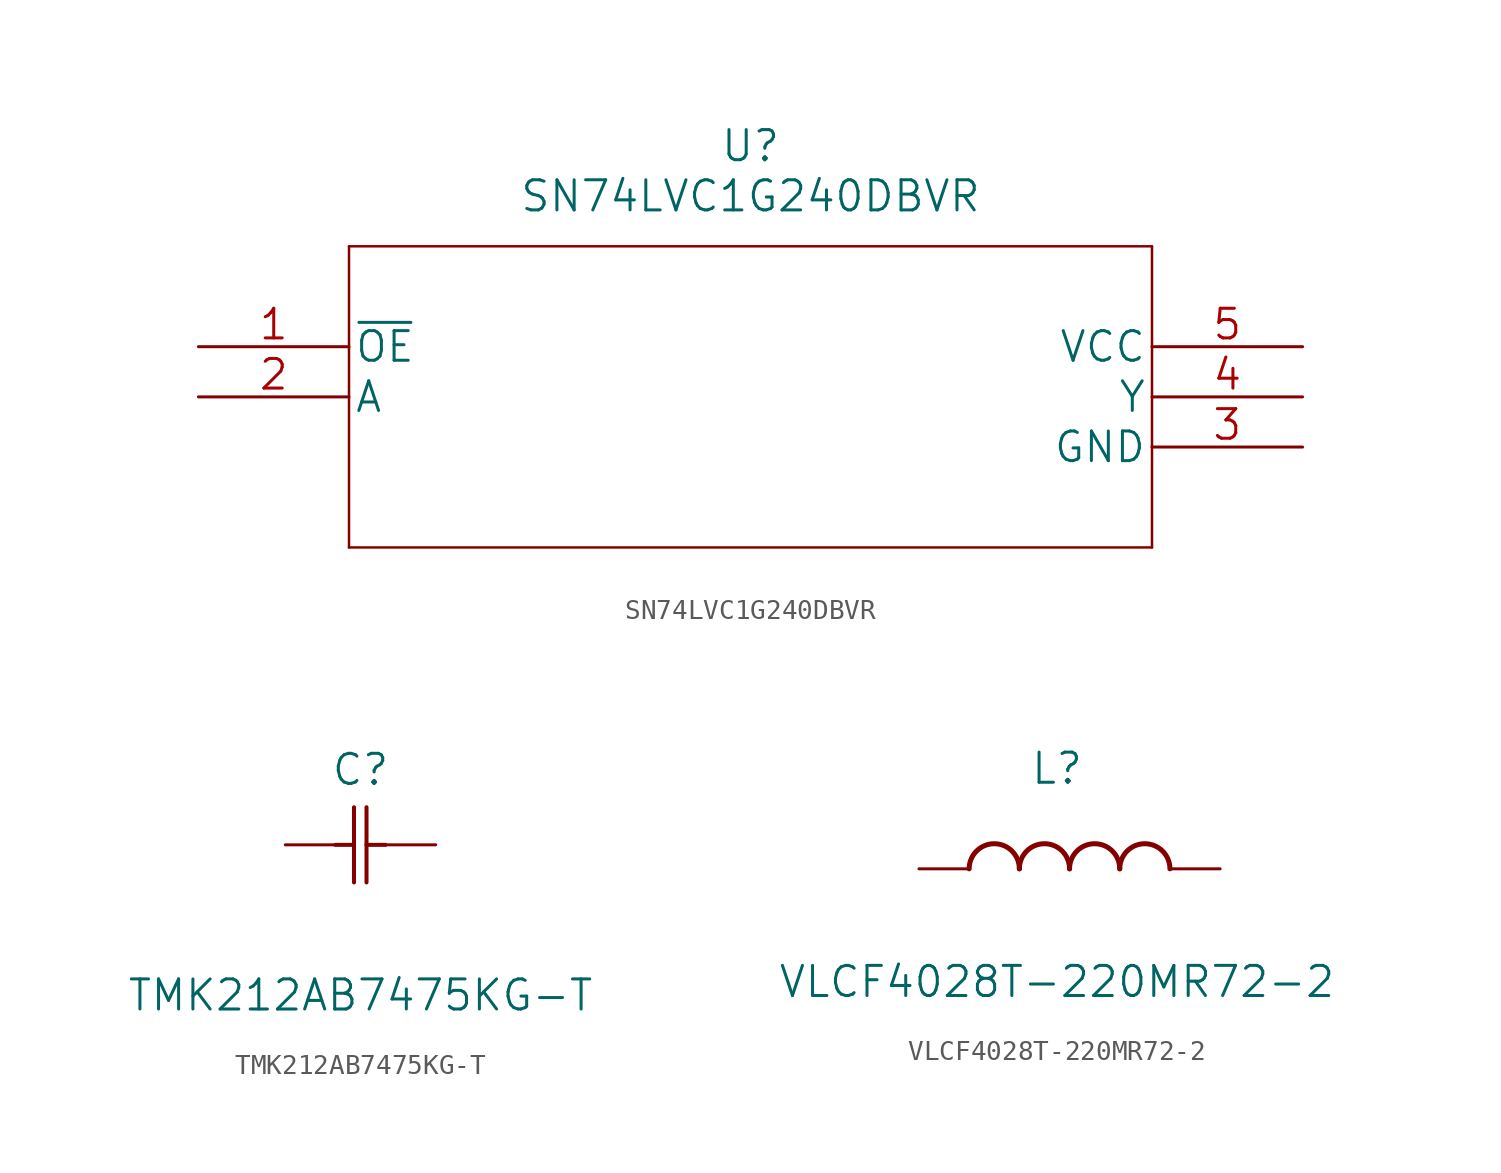
<source format=kicad_sym>
(kicad_symbol_lib
  (version 20220914)
  (generator kicad_symbol_editor)
  (symbol "SN74LVC1G240DBVR"
    (pin_names
      (offset 0.254))
    (property "Reference" "U"
      (at 27.94 10.16 0)
      (effects (font (size 1.524 1.524))))
    (property "Value" "SN74LVC1G240DBVR"
      (at 27.94 7.62 0)
      (effects (font (size 1.524 1.524))))
    (property "Datasheet" ""
      (at 0 0 0)
      (effects (font (size 1.524 1.524))))
    (symbol "SN74LVC1G240DBVR_1_1"
      (polyline (pts (xy 7.62 -10.16) (xy 48.26 -10.16)) (stroke (width 0.127) (type default)) (fill (type none)))
      (polyline (pts (xy 7.62 5.08) (xy 7.62 -10.16)) (stroke (width 0.127) (type default)) (fill (type none)))
      (polyline (pts (xy 48.26 -10.16) (xy 48.26 5.08)) (stroke (width 0.127) (type default)) (fill (type none)))
      (polyline (pts (xy 48.26 5.08) (xy 7.62 5.08)) (stroke (width 0.127) (type default)) (fill (type none)))
      (pin input line (at 0 0 0) (length 7.62) (name "~{OE}" (effects (font (size 1.499 1.499)))) (number "1" (effects (font (size 1.499 1.499)))))
      (pin input line (at 0 -2.54 0) (length 7.62) (name "A" (effects (font (size 1.499 1.499)))) (number "2" (effects (font (size 1.499 1.499)))))
      (pin power_in line (at 55.88 -5.08 180) (length 7.62) (name "GND" (effects (font (size 1.499 1.499)))) (number "3" (effects (font (size 1.499 1.499)))))
      (pin output line (at 55.88 -2.54 180) (length 7.62) (name "Y" (effects (font (size 1.499 1.499)))) (number "4" (effects (font (size 1.499 1.499)))))
      (pin power_in line (at 55.88 0 180) (length 7.62) (name "VCC" (effects (font (size 1.499 1.499)))) (number "5" (effects (font (size 1.499 1.499)))))))
  (symbol "TMK212AB7475KG-T"
    (pin_numbers hide)
    (pin_names
      (offset 1.651) hide)
    (property "Reference" "C"
      (at 3.81 3.81 0)
      (effects (font (size 1.524 1.524))))
    (property "Value" "TMK212AB7475KG-T"
      (at 3.81 -7.62 0)
      (effects (font (size 1.524 1.524))))
    (property "Datasheet" ""
      (at 0 0 0)
      (effects (font (size 1.524 1.524))))
    (symbol "TMK212AB7475KG-T_1_1"
      (polyline (pts (xy 2.54 0) (xy 3.48 0)) (stroke (width 0.203) (type default)) (fill (type none)))
      (polyline (pts (xy 3.48 -1.905) (xy 3.48 1.905)) (stroke (width 0.203) (type default)) (fill (type none)))
      (polyline (pts (xy 4.115 -1.905) (xy 4.115 1.905)) (stroke (width 0.203) (type default)) (fill (type none)))
      (polyline (pts (xy 4.115 0) (xy 5.08 0)) (stroke (width 0.203) (type default)) (fill (type none)))
      (pin unspecified line (at 0 0 0) (length 2.54) (name "1" (effects (font (size 1.499 1.499)))) (number "1" (effects (font (size 1.499 1.499)))))
      (pin unspecified line (at 7.62 0 180) (length 2.54) (name "2" (effects (font (size 1.499 1.499)))) (number "2" (effects (font (size 1.499 1.499)))))))
  (symbol "VLCF4028T-220MR72-2"
    (pin_numbers hide)
    (pin_names
      (offset 1.651) hide)
    (property "Reference" "L"
      (at 6.985 5.08 0)
      (effects (font (size 1.524 1.524))))
    (property "Value" "VLCF4028T-220MR72-2"
      (at 6.985 -5.715 0)
      (effects (font (size 1.524 1.524))))
    (property "Datasheet" ""
      (at 0 -1.27 0)
      (effects (font (size 1.524 1.524))))
    (symbol "VLCF4028T-220MR72-2_1_1"
      (arc (start 5.08 0) (mid 3.81 1.2645) (end 2.54 0) (stroke (width 0.254) (type default)) (fill (type none)))
      (arc (start 7.62 0) (mid 6.35 1.2645) (end 5.08 0) (stroke (width 0.254) (type default)) (fill (type none)))
      (arc (start 10.16 0) (mid 8.89 1.2645) (end 7.62 0) (stroke (width 0.254) (type default)) (fill (type none)))
      (arc (start 12.7 0) (mid 11.43 1.2645) (end 10.16 0) (stroke (width 0.254) (type default)) (fill (type none)))
      (pin passive line (at 15.24 0 180) (length 2.54) (name "1" (effects (font (size 1.499 1.499)))) (number "1" (effects (font (size 1.499 1.499)))))
      (pin passive line (at 0 0 0) (length 2.54) (name "2" (effects (font (size 1.499 1.499)))) (number "2" (effects (font (size 1.499 1.499))))))))
</source>
